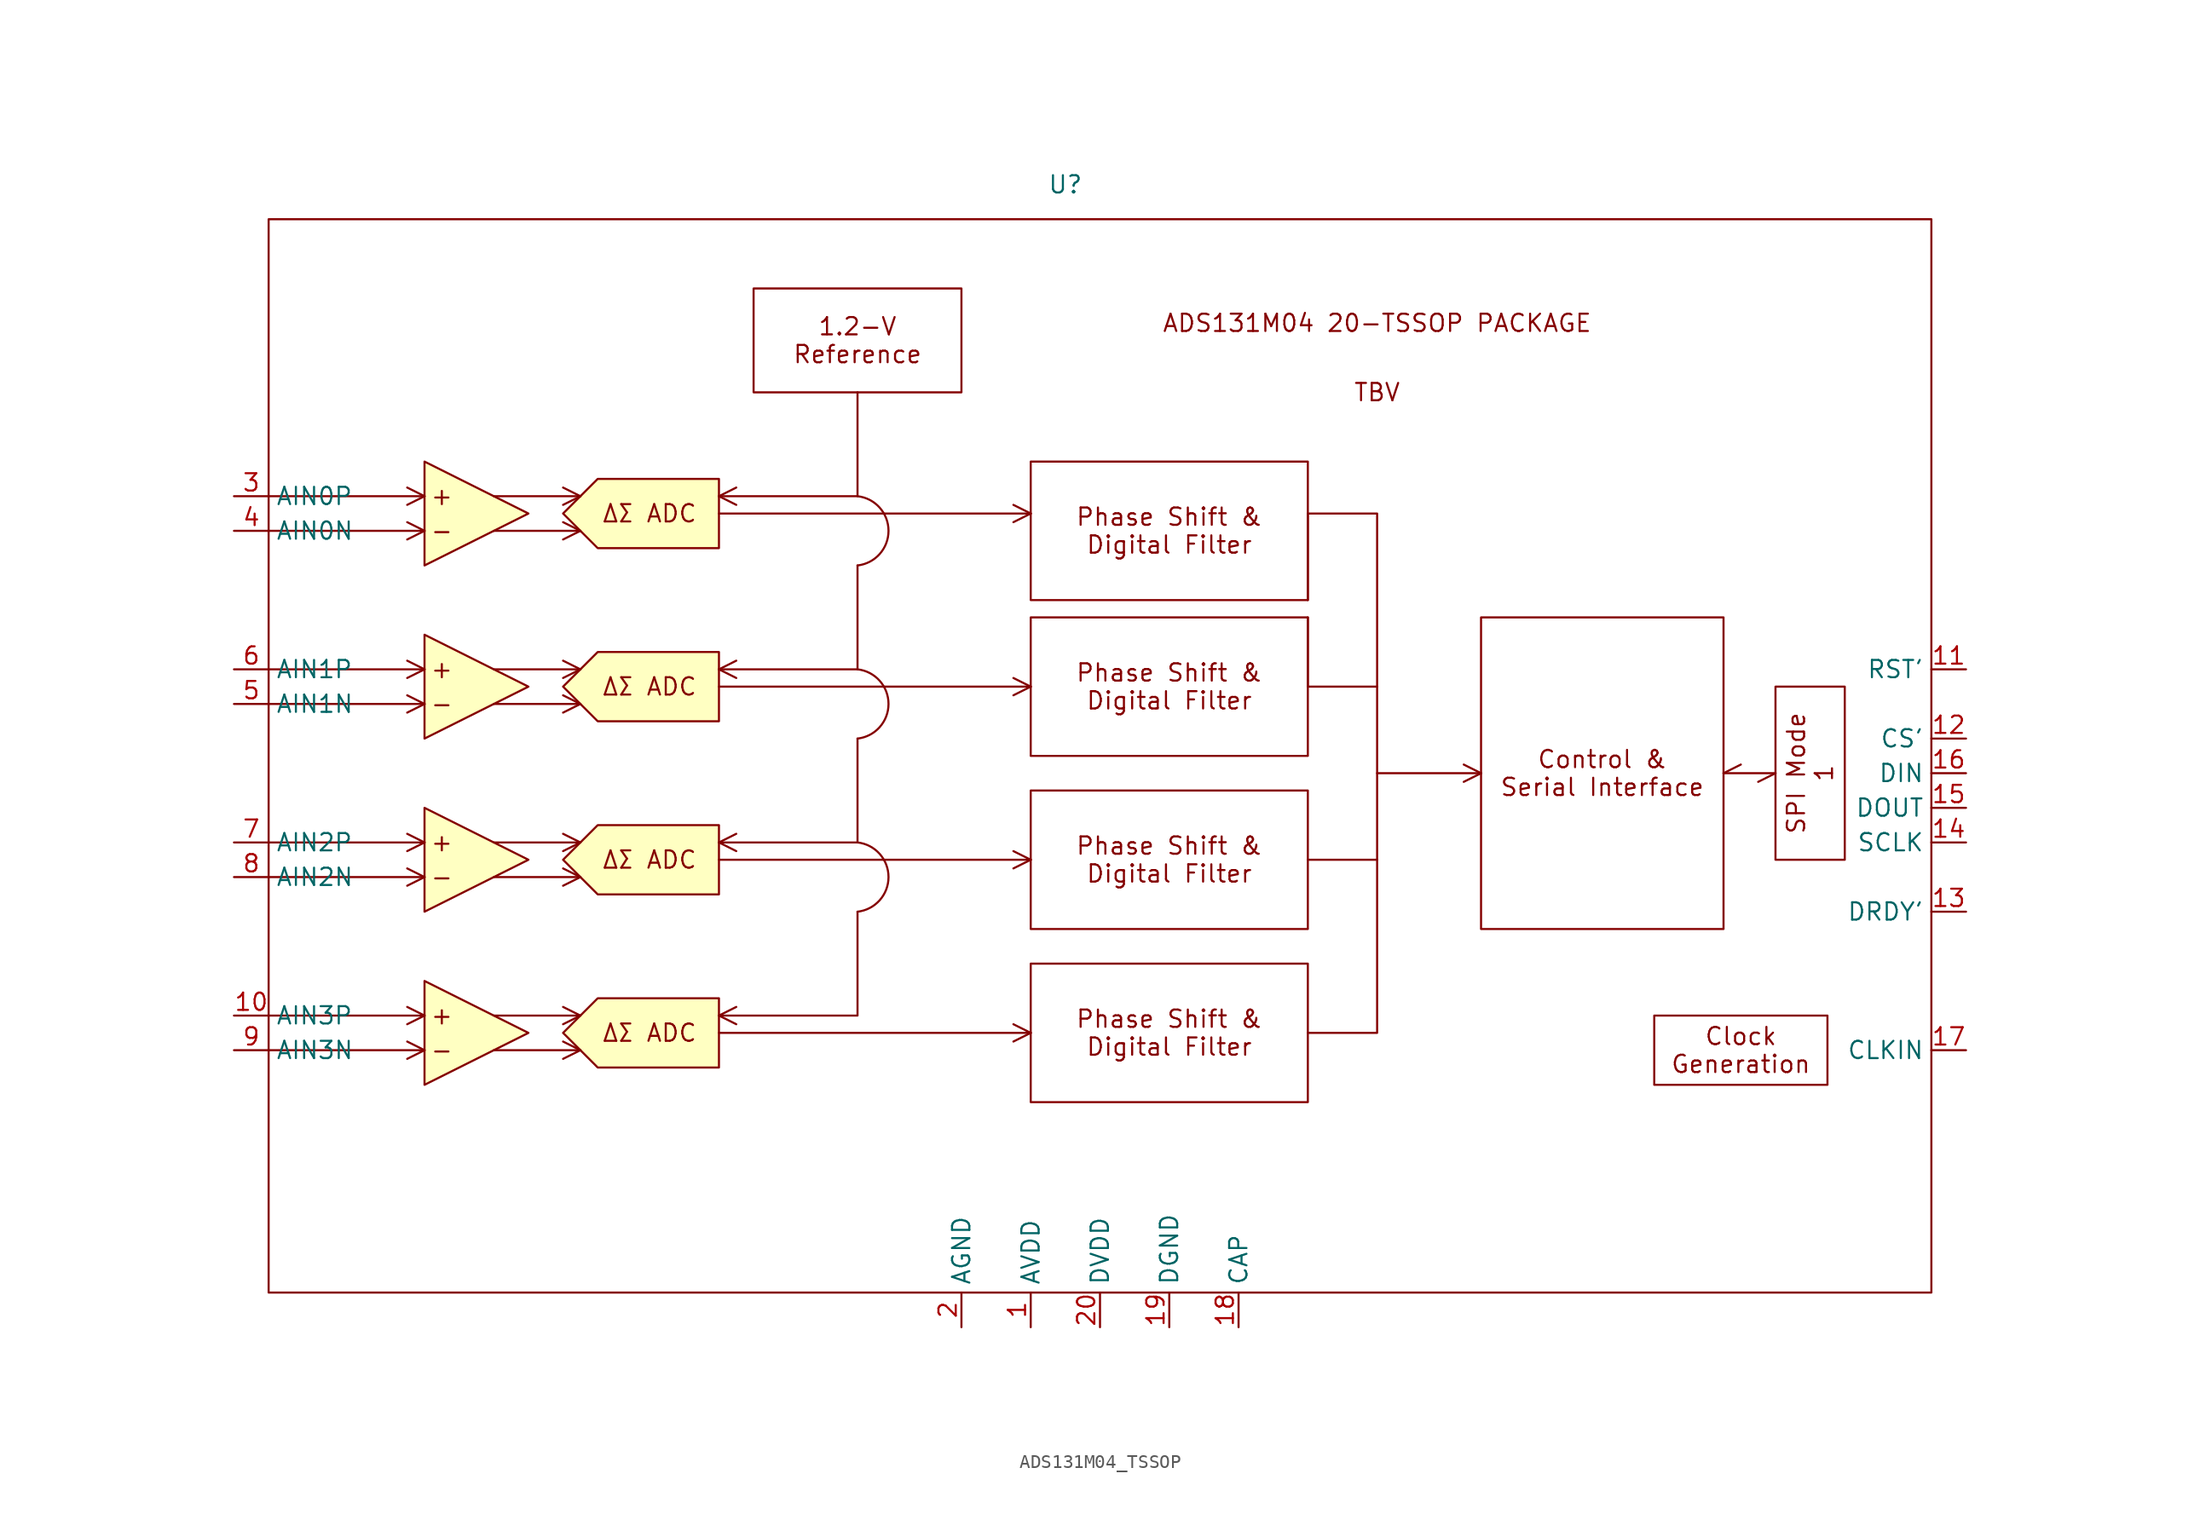
<source format=kicad_sym>
(kicad_symbol_lib
  (version 20220914)
  (generator kicad_symbol_editor)
  (symbol "ADS131M04_TSSOP"
    (property "Reference" "U"
      (at 30.48 30.48 0)
      (effects (font (size 1.27 1.27))))
    (property "Value" ""
      (at 91.44 -15.24 0)
      (effects (font (size 1.27 1.27))))
    (symbol "ADS131M04_TSSOP_0_1"
      (polyline (pts (xy 48.26 -31.75) (xy 53.34 -31.75) (xy 53.34 -19.05)) (stroke (width 0) (type default)) (fill (type none)))
      (polyline (pts (xy 48.26 -19.05) (xy 53.34 -19.05) (xy 53.34 -6.35)) (stroke (width 0) (type default)) (fill (type none))))
    (symbol "ADS131M04_TSSOP_1_1"
      (rectangle (start -27.94 27.94) (end 93.98 -50.8) (stroke (width 0) (type default)) (fill (type none)))
      (polyline (pts (xy -27.94 -33.02) (xy -16.51 -33.02)) (stroke (width 0) (type default)) (fill (type none)))
      (polyline (pts (xy -27.94 -30.48) (xy -16.51 -30.48)) (stroke (width 0) (type default)) (fill (type none)))
      (polyline (pts (xy -27.94 -20.32) (xy -16.51 -20.32)) (stroke (width 0) (type default)) (fill (type none)))
      (polyline (pts (xy -27.94 -17.78) (xy -16.51 -17.78)) (stroke (width 0) (type default)) (fill (type none)))
      (polyline (pts (xy -27.94 -7.62) (xy -16.51 -7.62)) (stroke (width 0) (type default)) (fill (type none)))
      (polyline (pts (xy -27.94 -5.08) (xy -16.51 -5.08)) (stroke (width 0) (type default)) (fill (type none)))
      (polyline (pts (xy -27.94 5.08) (xy -16.51 5.08)) (stroke (width 0) (type default)) (fill (type none)))
      (polyline (pts (xy -27.94 7.62) (xy -16.51 7.62)) (stroke (width 0) (type default)) (fill (type none)))
      (polyline (pts (xy -16.51 -33.02) (xy -17.78 -33.655)) (stroke (width 0) (type default)) (fill (type color) (color 0 0 0 0)))
      (polyline (pts (xy -16.51 -33.02) (xy -17.78 -32.385)) (stroke (width 0) (type default)) (fill (type color) (color 0 0 0 0)))
      (polyline (pts (xy -16.51 -30.48) (xy -17.78 -31.115)) (stroke (width 0) (type default)) (fill (type color) (color 0 0 0 0)))
      (polyline (pts (xy -16.51 -30.48) (xy -17.78 -29.845)) (stroke (width 0) (type default)) (fill (type color) (color 0 0 0 0)))
      (polyline (pts (xy -16.51 -20.32) (xy -17.78 -20.955)) (stroke (width 0) (type default)) (fill (type color) (color 0 0 0 0)))
      (polyline (pts (xy -16.51 -20.32) (xy -17.78 -19.685)) (stroke (width 0) (type default)) (fill (type color) (color 0 0 0 0)))
      (polyline (pts (xy -16.51 -17.78) (xy -17.78 -18.415)) (stroke (width 0) (type default)) (fill (type color) (color 0 0 0 0)))
      (polyline (pts (xy -16.51 -17.78) (xy -17.78 -17.145)) (stroke (width 0) (type default)) (fill (type color) (color 0 0 0 0)))
      (polyline (pts (xy -16.51 -7.62) (xy -17.78 -8.255)) (stroke (width 0) (type default)) (fill (type color) (color 0 0 0 0)))
      (polyline (pts (xy -16.51 -7.62) (xy -17.78 -6.985)) (stroke (width 0) (type default)) (fill (type color) (color 0 0 0 0)))
      (polyline (pts (xy -16.51 -5.08) (xy -17.78 -5.715)) (stroke (width 0) (type default)) (fill (type color) (color 0 0 0 0)))
      (polyline (pts (xy -16.51 -5.08) (xy -17.78 -4.445)) (stroke (width 0) (type default)) (fill (type color) (color 0 0 0 0)))
      (polyline (pts (xy -16.51 5.08) (xy -17.78 4.445)) (stroke (width 0) (type default)) (fill (type color) (color 0 0 0 0)))
      (polyline (pts (xy -16.51 5.08) (xy -17.78 5.715)) (stroke (width 0) (type default)) (fill (type color) (color 0 0 0 0)))
      (polyline (pts (xy -16.51 7.62) (xy -17.78 6.985)) (stroke (width 0) (type default)) (fill (type color) (color 0 0 0 0)))
      (polyline (pts (xy -16.51 7.62) (xy -17.78 8.255)) (stroke (width 0) (type default)) (fill (type color) (color 0 0 0 0)))
      (polyline (pts (xy -11.43 -33.02) (xy -5.08 -33.02)) (stroke (width 0) (type default)) (fill (type none)))
      (polyline (pts (xy -11.43 -30.48) (xy -5.08 -30.48)) (stroke (width 0) (type default)) (fill (type none)))
      (polyline (pts (xy -11.43 -20.32) (xy -5.08 -20.32)) (stroke (width 0) (type default)) (fill (type none)))
      (polyline (pts (xy -11.43 -17.78) (xy -5.08 -17.78)) (stroke (width 0) (type default)) (fill (type none)))
      (polyline (pts (xy -11.43 -7.62) (xy -5.08 -7.62)) (stroke (width 0) (type default)) (fill (type none)))
      (polyline (pts (xy -11.43 -5.08) (xy -5.08 -5.08)) (stroke (width 0) (type default)) (fill (type none)))
      (polyline (pts (xy -11.43 5.08) (xy -5.08 5.08)) (stroke (width 0) (type default)) (fill (type none)))
      (polyline (pts (xy -11.43 7.62) (xy -5.08 7.62)) (stroke (width 0) (type default)) (fill (type none)))
      (polyline (pts (xy -5.08 -33.02) (xy -6.35 -33.655)) (stroke (width 0) (type default)) (fill (type color) (color 0 0 0 0)))
      (polyline (pts (xy -5.08 -33.02) (xy -6.35 -32.385)) (stroke (width 0) (type default)) (fill (type color) (color 0 0 0 0)))
      (polyline (pts (xy -5.08 -30.48) (xy -6.35 -31.115)) (stroke (width 0) (type default)) (fill (type color) (color 0 0 0 0)))
      (polyline (pts (xy -5.08 -30.48) (xy -6.35 -29.845)) (stroke (width 0) (type default)) (fill (type color) (color 0 0 0 0)))
      (polyline (pts (xy -5.08 -20.32) (xy -6.35 -20.955)) (stroke (width 0) (type default)) (fill (type color) (color 0 0 0 0)))
      (polyline (pts (xy -5.08 -20.32) (xy -6.35 -19.685)) (stroke (width 0) (type default)) (fill (type color) (color 0 0 0 0)))
      (polyline (pts (xy -5.08 -17.78) (xy -6.35 -18.415)) (stroke (width 0) (type default)) (fill (type color) (color 0 0 0 0)))
      (polyline (pts (xy -5.08 -17.78) (xy -6.35 -17.145)) (stroke (width 0) (type default)) (fill (type color) (color 0 0 0 0)))
      (polyline (pts (xy -5.08 -7.62) (xy -6.35 -8.255)) (stroke (width 0) (type default)) (fill (type color) (color 0 0 0 0)))
      (polyline (pts (xy -5.08 -7.62) (xy -6.35 -6.985)) (stroke (width 0) (type default)) (fill (type color) (color 0 0 0 0)))
      (polyline (pts (xy -5.08 -5.08) (xy -6.35 -5.715)) (stroke (width 0) (type default)) (fill (type color) (color 0 0 0 0)))
      (polyline (pts (xy -5.08 -5.08) (xy -6.35 -4.445)) (stroke (width 0) (type default)) (fill (type color) (color 0 0 0 0)))
      (polyline (pts (xy -5.08 5.08) (xy -6.35 4.445)) (stroke (width 0) (type default)) (fill (type color) (color 0 0 0 0)))
      (polyline (pts (xy -5.08 5.08) (xy -6.35 5.715)) (stroke (width 0) (type default)) (fill (type color) (color 0 0 0 0)))
      (polyline (pts (xy -5.08 7.62) (xy -6.35 6.985)) (stroke (width 0) (type default)) (fill (type color) (color 0 0 0 0)))
      (polyline (pts (xy -5.08 7.62) (xy -6.35 8.255)) (stroke (width 0) (type default)) (fill (type color) (color 0 0 0 0)))
      (polyline (pts (xy 5.08 -31.75) (xy 27.94 -31.75)) (stroke (width 0) (type default)) (fill (type color) (color 0 0 0 0)))
      (polyline (pts (xy 5.08 -30.48) (xy 6.35 -31.115)) (stroke (width 0) (type default)) (fill (type color) (color 0 0 0 0)))
      (polyline (pts (xy 5.08 -30.48) (xy 6.35 -29.845)) (stroke (width 0) (type default)) (fill (type color) (color 0 0 0 0)))
      (polyline (pts (xy 5.08 -19.05) (xy 27.94 -19.05)) (stroke (width 0) (type default)) (fill (type color) (color 0 0 0 0)))
      (polyline (pts (xy 5.08 -17.78) (xy 6.35 -18.415)) (stroke (width 0) (type default)) (fill (type color) (color 0 0 0 0)))
      (polyline (pts (xy 5.08 -17.78) (xy 6.35 -17.145)) (stroke (width 0) (type default)) (fill (type color) (color 0 0 0 0)))
      (polyline (pts (xy 5.08 -6.35) (xy 27.94 -6.35)) (stroke (width 0) (type default)) (fill (type color) (color 0 0 0 0)))
      (polyline (pts (xy 5.08 -5.08) (xy 6.35 -5.715)) (stroke (width 0) (type default)) (fill (type color) (color 0 0 0 0)))
      (polyline (pts (xy 5.08 -5.08) (xy 6.35 -4.445)) (stroke (width 0) (type default)) (fill (type color) (color 0 0 0 0)))
      (polyline (pts (xy 5.08 6.35) (xy 27.94 6.35)) (stroke (width 0) (type default)) (fill (type color) (color 0 0 0 0)))
      (polyline (pts (xy 5.08 7.62) (xy 6.35 6.985)) (stroke (width 0) (type default)) (fill (type color) (color 0 0 0 0)))
      (polyline (pts (xy 5.08 7.62) (xy 6.35 8.255)) (stroke (width 0) (type default)) (fill (type color) (color 0 0 0 0)))
      (polyline (pts (xy 27.94 -31.75) (xy 26.67 -32.385)) (stroke (width 0) (type default)) (fill (type color) (color 0 0 0 0)))
      (polyline (pts (xy 27.94 -31.75) (xy 26.67 -31.115)) (stroke (width 0) (type default)) (fill (type color) (color 0 0 0 0)))
      (polyline (pts (xy 27.94 -19.05) (xy 26.67 -19.685)) (stroke (width 0) (type default)) (fill (type color) (color 0 0 0 0)))
      (polyline (pts (xy 27.94 -19.05) (xy 26.67 -18.415)) (stroke (width 0) (type default)) (fill (type color) (color 0 0 0 0)))
      (polyline (pts (xy 27.94 -6.35) (xy 26.67 -6.985)) (stroke (width 0) (type default)) (fill (type color) (color 0 0 0 0)))
      (polyline (pts (xy 27.94 -6.35) (xy 26.67 -5.715)) (stroke (width 0) (type default)) (fill (type color) (color 0 0 0 0)))
      (polyline (pts (xy 27.94 6.35) (xy 26.67 5.715)) (stroke (width 0) (type default)) (fill (type color) (color 0 0 0 0)))
      (polyline (pts (xy 27.94 6.35) (xy 26.67 6.985)) (stroke (width 0) (type default)) (fill (type color) (color 0 0 0 0)))
      (polyline (pts (xy 48.26 -1.27) (xy 48.26 -6.35)) (stroke (width 0) (type default)) (fill (type color) (color 0 0 0 0)))
      (polyline (pts (xy 48.26 6.35) (xy 48.26 0)) (stroke (width 0) (type default)) (fill (type color) (color 0 0 0 0)))
      (polyline (pts (xy 53.34 -12.7) (xy 60.96 -12.7)) (stroke (width 0) (type default)) (fill (type color) (color 0 0 0 0)))
      (polyline (pts (xy 60.96 -12.7) (xy 59.69 -13.335)) (stroke (width 0) (type default)) (fill (type color) (color 0 0 0 0)))
      (polyline (pts (xy 60.96 -12.7) (xy 59.69 -12.065)) (stroke (width 0) (type default)) (fill (type color) (color 0 0 0 0)))
      (polyline (pts (xy 78.74 -12.7) (xy 80.01 -12.065)) (stroke (width 0) (type default)) (fill (type color) (color 0 0 0 0)))
      (polyline (pts (xy 82.55 -12.7) (xy 78.74 -12.7)) (stroke (width 0) (type default)) (fill (type color) (color 0 0 0 0)))
      (polyline (pts (xy 82.55 -12.7) (xy 81.28 -13.335)) (stroke (width 0) (type default)) (fill (type color) (color 0 0 0 0)))
      (polyline (pts (xy 15.24 -22.86) (xy 15.24 -30.48) (xy 5.08 -30.48)) (stroke (width 0) (type default)) (fill (type color) (color 0 0 0 0)))
      (polyline (pts (xy 15.24 -10.16) (xy 15.24 -17.78) (xy 5.08 -17.78)) (stroke (width 0) (type default)) (fill (type color) (color 0 0 0 0)))
      (polyline (pts (xy 15.24 2.54) (xy 15.24 -5.08) (xy 5.08 -5.08)) (stroke (width 0) (type default)) (fill (type color) (color 0 0 0 0)))
      (polyline (pts (xy 15.24 15.24) (xy 15.24 7.62) (xy 5.08 7.62)) (stroke (width 0) (type default)) (fill (type color) (color 0 0 0 0)))
      (polyline (pts (xy -16.51 -35.56) (xy -8.89 -31.75) (xy -16.51 -27.94) (xy -16.51 -35.56)) (stroke (width 0) (type default)) (fill (type background)))
      (polyline (pts (xy -16.51 -22.86) (xy -8.89 -19.05) (xy -16.51 -15.24) (xy -16.51 -22.86)) (stroke (width 0) (type default)) (fill (type background)))
      (polyline (pts (xy -16.51 -10.16) (xy -8.89 -6.35) (xy -16.51 -2.54) (xy -16.51 -10.16)) (stroke (width 0) (type default)) (fill (type background)))
      (polyline (pts (xy -16.51 2.54) (xy -8.89 6.35) (xy -16.51 10.16) (xy -16.51 2.54)) (stroke (width 0) (type default)) (fill (type background)))
      (polyline (pts (xy 48.26 6.35) (xy 53.34 6.35) (xy 53.34 -6.35) (xy 48.26 -6.35)) (stroke (width 0) (type default)) (fill (type color) (color 0 0 0 0)))
      (polyline (pts (xy -6.35 -31.75) (xy -3.81 -29.21) (xy 5.08 -29.21) (xy 5.08 -34.29) (xy -3.81 -34.29) (xy -6.35 -31.75)) (stroke (width 0) (type default)) (fill (type background)))
      (polyline (pts (xy -6.35 -19.05) (xy -3.81 -16.51) (xy 5.08 -16.51) (xy 5.08 -21.59) (xy -3.81 -21.59) (xy -6.35 -19.05)) (stroke (width 0) (type default)) (fill (type background)))
      (polyline (pts (xy -6.35 -6.35) (xy -3.81 -3.81) (xy 5.08 -3.81) (xy 5.08 -8.89) (xy -3.81 -8.89) (xy -6.35 -6.35)) (stroke (width 0) (type default)) (fill (type background)))
      (polyline (pts (xy -6.35 6.35) (xy -3.81 8.89) (xy 5.08 8.89) (xy 5.08 3.81) (xy -3.81 3.81) (xy -6.35 6.35)) (stroke (width 0) (type default)) (fill (type background)))
      (arc (start 15.24 -22.86) (mid 17.5127 -20.32) (end 15.24 -17.78) (stroke (width 0) (type default)) (fill (type color) (color 0 0 0 0)))
      (arc (start 15.24 -10.16) (mid 17.5127 -7.62) (end 15.24 -5.08) (stroke (width 0) (type default)) (fill (type color) (color 0 0 0 0)))
      (arc (start 15.24 2.54) (mid 17.5127 5.08) (end 15.24 7.62) (stroke (width 0) (type default)) (fill (type color) (color 0 0 0 0)))
      (text "+" (at -15.24 -30.48 0) (effects (font (size 1.27 1.27))))
      (text "+" (at -15.24 -17.78 0) (effects (font (size 1.27 1.27))))
      (text "+" (at -15.24 -5.08 0) (effects (font (size 1.27 1.27))))
      (text "+" (at -15.24 7.62 0) (effects (font (size 1.27 1.27))))
      (text "-" (at -15.24 -33.02 0) (effects (font (size 1.27 1.27))))
      (text "-" (at -15.24 -20.32 0) (effects (font (size 1.27 1.27))))
      (text "-" (at -15.24 -7.62 0) (effects (font (size 1.27 1.27))))
      (text "-" (at -15.24 5.08 0) (effects (font (size 1.27 1.27))))
      (text "ADS131M04 20-TSSOP PACKAGE" (at 53.34 20.32 0) (effects (font (size 1.27 1.27))))
      (text "TBV" (at 53.34 15.24 0) (effects (font (size 1.27 1.27))))
      (text "ΔΣ ADC" (at 0 -31.75 0) (effects (font (size 1.27 1.27))))
      (text "ΔΣ ADC" (at 0 -19.05 0) (effects (font (size 1.27 1.27))))
      (text "ΔΣ ADC" (at 0 -6.35 0) (effects (font (size 1.27 1.27))))
      (text "ΔΣ ADC" (at 0 6.35 0) (effects (font (size 1.27 1.27))))
      (text_box "1.2-V\nReference" (at 7.62 22.86 0) (size 15.24 -7.62) (stroke (width 0) (type default)) (fill (type color) (color 0 0 0 0)) (effects (font (size 1.27 1.27))))
      (text_box "Clock\nGeneration" (at 73.66 -30.48 0) (size 12.7 -5.08) (stroke (width 0) (type default)) (fill (type color) (color 0 0 0 0)) (effects (font (size 1.27 1.27))))
      (text_box "Control &\nSerial Interface" (at 60.96 -1.27 0) (size 17.78 -22.86) (stroke (width 0) (type default)) (fill (type color) (color 0 0 0 0)) (effects (font (size 1.27 1.27))))
      (text_box "Phase Shift &\nDigital Filter" (at 27.94 -26.67 0) (size 20.32 -10.16) (stroke (width 0) (type default)) (fill (type color) (color 0 0 0 0)) (effects (font (size 1.27 1.27))))
      (text_box "Phase Shift &\nDigital Filter" (at 27.94 -13.97 0) (size 20.32 -10.16) (stroke (width 0) (type default)) (fill (type color) (color 0 0 0 0)) (effects (font (size 1.27 1.27))))
      (text_box "Phase Shift &\nDigital Filter" (at 27.94 -1.27 0) (size 20.32 -10.16) (stroke (width 0) (type default)) (fill (type color) (color 0 0 0 0)) (effects (font (size 1.27 1.27))))
      (text_box "Phase Shift &\nDigital Filter" (at 27.94 10.16 0) (size 20.32 -10.16) (stroke (width 0) (type default)) (fill (type color) (color 0 0 0 0)) (effects (font (size 1.27 1.27))))
      (text_box "SPI Mode 1" (at 82.55 -6.35 90) (size 5.08 -12.7) (stroke (width 0) (type default)) (fill (type color) (color 0 0 0 0)) (effects (font (size 1.27 1.27))))
      (pin input line (at 27.94 -53.34 90) (length 2.54) (name "AVDD" (effects (font (size 1.27 1.27)))) (number "1" (effects (font (size 1.27 1.27)))))
      (pin input line (at -30.48 -30.48 0) (length 2.54) (name "AIN3P" (effects (font (size 1.27 1.27)))) (number "10" (effects (font (size 1.27 1.27)))))
      (pin input line (at 96.52 -5.08 180) (length 2.54) (name "RST'" (effects (font (size 1.27 1.27)))) (number "11" (effects (font (size 1.27 1.27)))))
      (pin input line (at 96.52 -10.16 180) (length 2.54) (name "CS'" (effects (font (size 1.27 1.27)))) (number "12" (effects (font (size 1.27 1.27)))))
      (pin input line (at 96.52 -22.86 180) (length 2.54) (name "DRDY'" (effects (font (size 1.27 1.27)))) (number "13" (effects (font (size 1.27 1.27)))))
      (pin input line (at 96.52 -17.78 180) (length 2.54) (name "SCLK" (effects (font (size 1.27 1.27)))) (number "14" (effects (font (size 1.27 1.27)))))
      (pin input line (at 96.52 -15.24 180) (length 2.54) (name "DOUT" (effects (font (size 1.27 1.27)))) (number "15" (effects (font (size 1.27 1.27)))))
      (pin input line (at 96.52 -12.7 180) (length 2.54) (name "DIN" (effects (font (size 1.27 1.27)))) (number "16" (effects (font (size 1.27 1.27)))))
      (pin input line (at 96.52 -33.02 180) (length 2.54) (name "CLKIN" (effects (font (size 1.27 1.27)))) (number "17" (effects (font (size 1.27 1.27)))))
      (pin input line (at 43.18 -53.34 90) (length 2.54) (name "CAP" (effects (font (size 1.27 1.27)))) (number "18" (effects (font (size 1.27 1.27)))))
      (pin input line (at 38.1 -53.34 90) (length 2.54) (name "DGND" (effects (font (size 1.27 1.27)))) (number "19" (effects (font (size 1.27 1.27)))))
      (pin input line (at 22.86 -53.34 90) (length 2.54) (name "AGND" (effects (font (size 1.27 1.27)))) (number "2" (effects (font (size 1.27 1.27)))))
      (pin input line (at 33.02 -53.34 90) (length 2.54) (name "DVDD" (effects (font (size 1.27 1.27)))) (number "20" (effects (font (size 1.27 1.27)))))
      (pin input line (at -30.48 7.62 0) (length 2.54) (name "AIN0P" (effects (font (size 1.27 1.27)))) (number "3" (effects (font (size 1.27 1.27)))))
      (pin input line (at -30.48 5.08 0) (length 2.54) (name "AIN0N" (effects (font (size 1.27 1.27)))) (number "4" (effects (font (size 1.27 1.27)))))
      (pin input line (at -30.48 -7.62 0) (length 2.54) (name "AIN1N" (effects (font (size 1.27 1.27)))) (number "5" (effects (font (size 1.27 1.27)))))
      (pin input line (at -30.48 -5.08 0) (length 2.54) (name "AIN1P" (effects (font (size 1.27 1.27)))) (number "6" (effects (font (size 1.27 1.27)))))
      (pin input line (at -30.48 -17.78 0) (length 2.54) (name "AIN2P" (effects (font (size 1.27 1.27)))) (number "7" (effects (font (size 1.27 1.27)))))
      (pin input line (at -30.48 -20.32 0) (length 2.54) (name "AIN2N" (effects (font (size 1.27 1.27)))) (number "8" (effects (font (size 1.27 1.27)))))
      (pin input line (at -30.48 -33.02 0) (length 2.54) (name "AIN3N" (effects (font (size 1.27 1.27)))) (number "9" (effects (font (size 1.27 1.27))))))))
</source>
